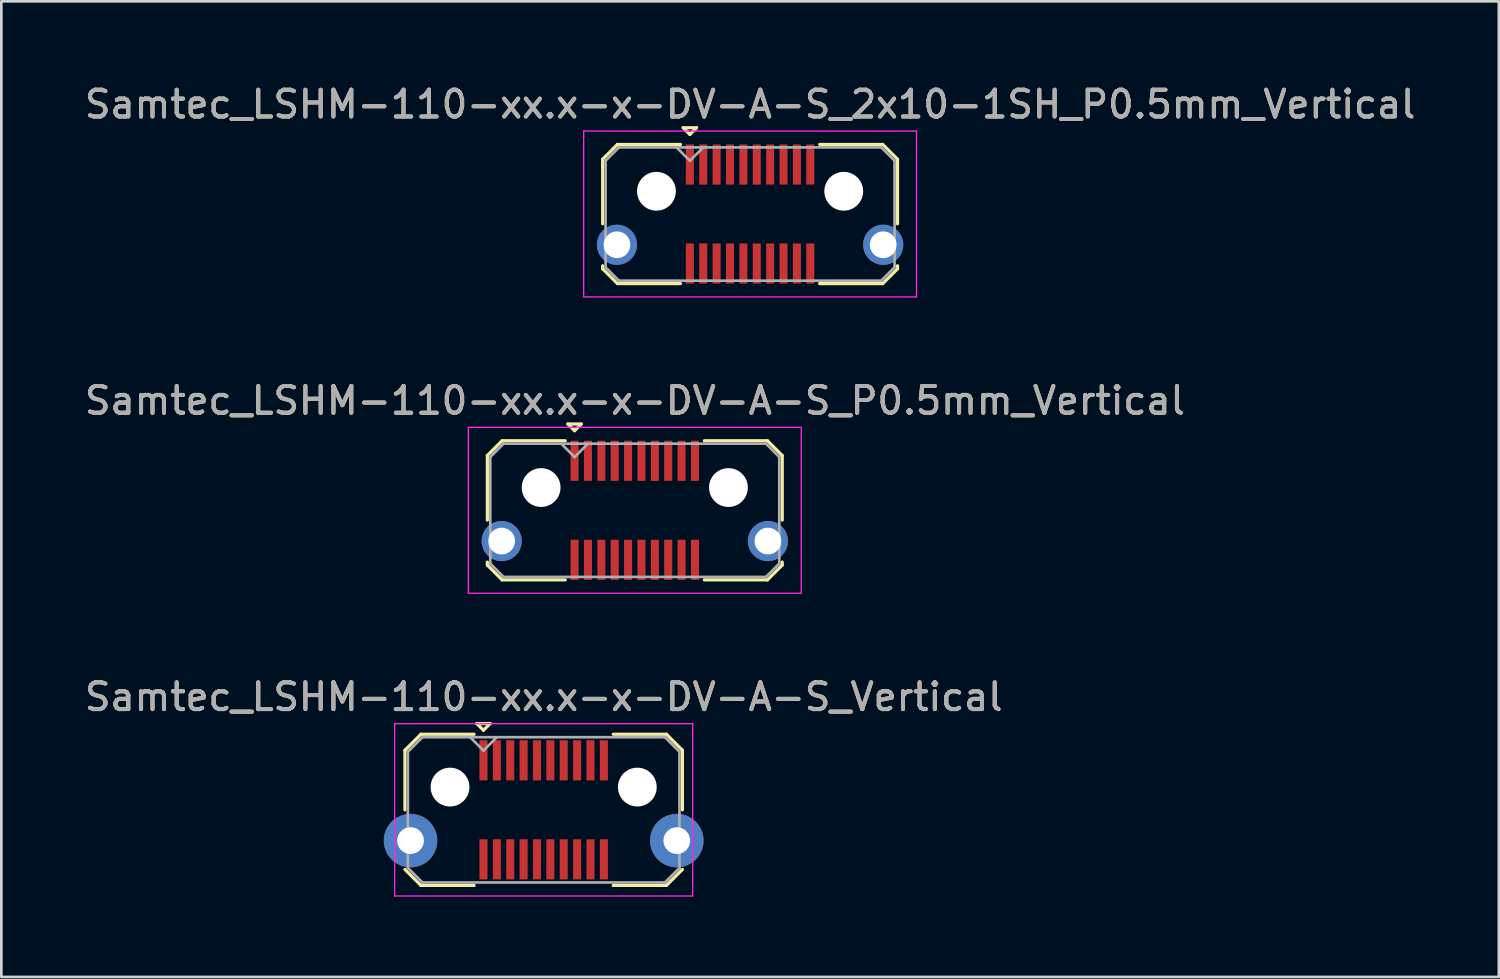
<source format=kicad_pcb>
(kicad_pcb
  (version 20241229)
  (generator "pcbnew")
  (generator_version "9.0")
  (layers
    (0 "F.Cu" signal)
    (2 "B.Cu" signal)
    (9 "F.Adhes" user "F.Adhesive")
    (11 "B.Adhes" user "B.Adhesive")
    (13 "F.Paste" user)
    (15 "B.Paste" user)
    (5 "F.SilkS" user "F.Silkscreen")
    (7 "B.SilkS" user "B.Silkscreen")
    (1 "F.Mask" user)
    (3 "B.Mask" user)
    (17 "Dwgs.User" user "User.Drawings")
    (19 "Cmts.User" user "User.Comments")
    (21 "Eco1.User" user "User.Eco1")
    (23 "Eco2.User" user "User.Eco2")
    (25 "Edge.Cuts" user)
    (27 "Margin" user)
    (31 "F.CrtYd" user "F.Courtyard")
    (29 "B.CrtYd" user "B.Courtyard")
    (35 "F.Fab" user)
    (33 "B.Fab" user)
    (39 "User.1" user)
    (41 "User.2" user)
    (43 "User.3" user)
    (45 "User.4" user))
  (footprint "Samtec_LSHM-110-xx.x-x-DV-A-S_2x10-1SH_P0.5mm_Vertical"
    (layer "F.Cu")
    (at 24.982 4.948)
    (property "Reference" "Samtec_LSHM-110-xx.x-x-DV-A-S_2x10-1SH_P0.5mm_Vertical" (at 0 -4.1 0) (layer "F.SilkS") (effects (font (size 1 1) (thickness 0.15))))
    (attr smd)
    (fp_line (start -5.51 -2.047) (end -5.51 0.365) (stroke (width 0.12) (type solid)) (layer "F.SilkS"))
    (fp_line (start -5.51 1.935) (end -5.51 2.047) (stroke (width 0.12) (type solid)) (layer "F.SilkS"))
    (fp_line (start -5.51 2.047) (end -4.957 2.6) (stroke (width 0.12) (type solid)) (layer "F.SilkS"))
    (fp_line (start -4.957 -2.6) (end -5.51 -2.047) (stroke (width 0.12) (type solid)) (layer "F.SilkS"))
    (fp_line (start -4.957 2.6) (end -2.6 2.6) (stroke (width 0.12) (type solid)) (layer "F.SilkS"))
    (fp_line (start -2.6 -2.6) (end -4.957 -2.6) (stroke (width 0.12) (type solid)) (layer "F.SilkS"))
    (fp_line (start -2.5 -3.225) (end -2 -3.225) (stroke (width 0.12) (type solid)) (layer "F.SilkS"))
    (fp_line (start -2.25 -2.975) (end -2.5 -3.225) (stroke (width 0.12) (type solid)) (layer "F.SilkS"))
    (fp_line (start -2 -3.225) (end -2.25 -2.975) (stroke (width 0.12) (type solid)) (layer "F.SilkS"))
    (fp_line (start 2.6 -2.6) (end 4.957 -2.6) (stroke (width 0.12) (type solid)) (layer "F.SilkS"))
    (fp_line (start 4.957 -2.6) (end 5.51 -2.047) (stroke (width 0.12) (type solid)) (layer "F.SilkS"))
    (fp_line (start 4.957 2.6) (end 2.6 2.6) (stroke (width 0.12) (type solid)) (layer "F.SilkS"))
    (fp_line (start 5.51 -2.047) (end 5.51 0.365) (stroke (width 0.12) (type solid)) (layer "F.SilkS"))
    (fp_line (start 5.51 1.935) (end 5.51 2.047) (stroke (width 0.12) (type solid)) (layer "F.SilkS"))
    (fp_line (start 5.51 2.047) (end 4.957 2.6) (stroke (width 0.12) (type solid)) (layer "F.SilkS"))
    (fp_line (start -6.22 -3.1) (end -6.22 3.1) (stroke (width 0.05) (type solid)) (layer "F.CrtYd"))
    (fp_line (start -6.22 3.1) (end 6.22 3.1) (stroke (width 0.05) (type solid)) (layer "F.CrtYd"))
    (fp_line (start 6.22 -3.1) (end -6.22 -3.1) (stroke (width 0.05) (type solid)) (layer "F.CrtYd"))
    (fp_line (start 6.22 3.1) (end 6.22 -3.1) (stroke (width 0.05) (type solid)) (layer "F.CrtYd"))
    (fp_line (start -5.4 -1.992) (end -5.4 1.992) (stroke (width 0.1) (type solid)) (layer "F.Fab"))
    (fp_line (start -5.4 1.992) (end -4.902 2.49) (stroke (width 0.1) (type solid)) (layer "F.Fab"))
    (fp_line (start -4.902 -2.49) (end -5.4 -1.992) (stroke (width 0.1) (type solid)) (layer "F.Fab"))
    (fp_line (start -4.902 2.49) (end 4.902 2.49) (stroke (width 0.1) (type solid)) (layer "F.Fab"))
    (fp_line (start -2.25 -1.99) (end -2.75 -2.49) (stroke (width 0.1) (type solid)) (layer "F.Fab"))
    (fp_line (start -1.75 -2.49) (end -2.25 -1.99) (stroke (width 0.1) (type solid)) (layer "F.Fab"))
    (fp_line (start 4.902 -2.49) (end -4.902 -2.49) (stroke (width 0.1) (type solid)) (layer "F.Fab"))
    (fp_line (start 4.902 2.49) (end 5.4 1.992) (stroke (width 0.1) (type solid)) (layer "F.Fab"))
    (fp_line (start 5.4 -1.992) (end 4.902 -2.49) (stroke (width 0.1) (type solid)) (layer "F.Fab"))
    (fp_line (start 5.4 1.992) (end 5.4 -1.992) (stroke (width 0.1) (type solid)) (layer "F.Fab"))
    (fp_text user "${REFERENCE}" (at 0 -4.1 0) (layer "F.Fab") (effects (font (size 1 1) (thickness 0.15))))
    (pad "" np_thru_hole circle (at -3.5 -0.85) (size 1.45 1.45) (drill 1.45) (layers "*.Cu" "*.Mask"))
    (pad "" np_thru_hole circle (at 3.5 -0.85) (size 1.45 1.45) (drill 1.45) (layers "*.Cu" "*.Mask"))
    (pad "1" smd rect (at -2.25 -1.85) (size 0.3 1.5) (layers "F.Cu" "F.Mask" "F.Paste"))
    (pad "2" smd rect (at -2.25 1.85) (size 0.3 1.5) (layers "F.Cu" "F.Mask" "F.Paste"))
    (pad "3" smd rect (at -1.75 -1.85) (size 0.3 1.5) (layers "F.Cu" "F.Mask" "F.Paste"))
    (pad "4" smd rect (at -1.75 1.85) (size 0.3 1.5) (layers "F.Cu" "F.Mask" "F.Paste"))
    (pad "5" smd rect (at -1.25 -1.85) (size 0.3 1.5) (layers "F.Cu" "F.Mask" "F.Paste"))
    (pad "6" smd rect (at -1.25 1.85) (size 0.3 1.5) (layers "F.Cu" "F.Mask" "F.Paste"))
    (pad "7" smd rect (at -0.75 -1.85) (size 0.3 1.5) (layers "F.Cu" "F.Mask" "F.Paste"))
    (pad "8" smd rect (at -0.75 1.85) (size 0.3 1.5) (layers "F.Cu" "F.Mask" "F.Paste"))
    (pad "9" smd rect (at -0.25 -1.85) (size 0.3 1.5) (layers "F.Cu" "F.Mask" "F.Paste"))
    (pad "10" smd rect (at -0.25 1.85) (size 0.3 1.5) (layers "F.Cu" "F.Mask" "F.Paste"))
    (pad "11" smd rect (at 0.25 -1.85) (size 0.3 1.5) (layers "F.Cu" "F.Mask" "F.Paste"))
    (pad "12" smd rect (at 0.25 1.85) (size 0.3 1.5) (layers "F.Cu" "F.Mask" "F.Paste"))
    (pad "13" smd rect (at 0.75 -1.85) (size 0.3 1.5) (layers "F.Cu" "F.Mask" "F.Paste"))
    (pad "14" smd rect (at 0.75 1.85) (size 0.3 1.5) (layers "F.Cu" "F.Mask" "F.Paste"))
    (pad "15" smd rect (at 1.25 -1.85) (size 0.3 1.5) (layers "F.Cu" "F.Mask" "F.Paste"))
    (pad "16" smd rect (at 1.25 1.85) (size 0.3 1.5) (layers "F.Cu" "F.Mask" "F.Paste"))
    (pad "17" smd rect (at 1.75 -1.85) (size 0.3 1.5) (layers "F.Cu" "F.Mask" "F.Paste"))
    (pad "18" smd rect (at 1.75 1.85) (size 0.3 1.5) (layers "F.Cu" "F.Mask" "F.Paste"))
    (pad "19" smd rect (at 2.25 -1.85) (size 0.3 1.5) (layers "F.Cu" "F.Mask" "F.Paste"))
    (pad "20" smd rect (at 2.25 1.85) (size 0.3 1.5) (layers "F.Cu" "F.Mask" "F.Paste"))
    (pad "SH" thru_hole circle (at -4.975 1.15) (size 1.5 1.5) (drill 1) (layers "*.Cu" "*.Mask"))
    (pad "SH" thru_hole circle (at 4.975 1.15) (size 1.5 1.5) (drill 1) (layers "*.Cu" "*.Mask")))
  (footprint "Samtec_LSHM-110-xx.x-x-DV-A-S_P0.5mm_Vertical"
    (layer "F.Cu")
    (at 20.673 16.021)
    (property "Reference" "Samtec_LSHM-110-xx.x-x-DV-A-S_P0.5mm_Vertical" (at 0 -4.1 0) (layer "F.SilkS") (effects (font (size 1 1) (thickness 0.15))))
    (attr smd)
    (fp_line (start -5.51 -2.047) (end -5.51 0.365) (stroke (width 0.12) (type solid)) (layer "F.SilkS"))
    (fp_line (start -5.51 1.935) (end -5.51 2.047) (stroke (width 0.12) (type solid)) (layer "F.SilkS"))
    (fp_line (start -5.51 2.047) (end -4.957 2.6) (stroke (width 0.12) (type solid)) (layer "F.SilkS"))
    (fp_line (start -4.957 -2.6) (end -5.51 -2.047) (stroke (width 0.12) (type solid)) (layer "F.SilkS"))
    (fp_line (start -4.957 2.6) (end -2.6 2.6) (stroke (width 0.12) (type solid)) (layer "F.SilkS"))
    (fp_line (start -2.6 -2.6) (end -4.957 -2.6) (stroke (width 0.12) (type solid)) (layer "F.SilkS"))
    (fp_line (start -2.5 -3.225) (end -2 -3.225) (stroke (width 0.12) (type solid)) (layer "F.SilkS"))
    (fp_line (start -2.25 -2.975) (end -2.5 -3.225) (stroke (width 0.12) (type solid)) (layer "F.SilkS"))
    (fp_line (start -2 -3.225) (end -2.25 -2.975) (stroke (width 0.12) (type solid)) (layer "F.SilkS"))
    (fp_line (start 2.6 -2.6) (end 4.957 -2.6) (stroke (width 0.12) (type solid)) (layer "F.SilkS"))
    (fp_line (start 4.957 -2.6) (end 5.51 -2.047) (stroke (width 0.12) (type solid)) (layer "F.SilkS"))
    (fp_line (start 4.957 2.6) (end 2.6 2.6) (stroke (width 0.12) (type solid)) (layer "F.SilkS"))
    (fp_line (start 5.51 -2.047) (end 5.51 0.365) (stroke (width 0.12) (type solid)) (layer "F.SilkS"))
    (fp_line (start 5.51 1.935) (end 5.51 2.047) (stroke (width 0.12) (type solid)) (layer "F.SilkS"))
    (fp_line (start 5.51 2.047) (end 4.957 2.6) (stroke (width 0.12) (type solid)) (layer "F.SilkS"))
    (fp_line (start -6.22 -3.1) (end -6.22 3.1) (stroke (width 0.05) (type solid)) (layer "F.CrtYd"))
    (fp_line (start -6.22 3.1) (end 6.22 3.1) (stroke (width 0.05) (type solid)) (layer "F.CrtYd"))
    (fp_line (start 6.22 -3.1) (end -6.22 -3.1) (stroke (width 0.05) (type solid)) (layer "F.CrtYd"))
    (fp_line (start 6.22 3.1) (end 6.22 -3.1) (stroke (width 0.05) (type solid)) (layer "F.CrtYd"))
    (fp_line (start -5.4 -1.992) (end -5.4 1.992) (stroke (width 0.1) (type solid)) (layer "F.Fab"))
    (fp_line (start -5.4 1.992) (end -4.902 2.49) (stroke (width 0.1) (type solid)) (layer "F.Fab"))
    (fp_line (start -4.902 -2.49) (end -5.4 -1.992) (stroke (width 0.1) (type solid)) (layer "F.Fab"))
    (fp_line (start -4.902 2.49) (end 4.902 2.49) (stroke (width 0.1) (type solid)) (layer "F.Fab"))
    (fp_line (start -2.25 -1.99) (end -2.75 -2.49) (stroke (width 0.1) (type solid)) (layer "F.Fab"))
    (fp_line (start -1.75 -2.49) (end -2.25 -1.99) (stroke (width 0.1) (type solid)) (layer "F.Fab"))
    (fp_line (start 4.902 -2.49) (end -4.902 -2.49) (stroke (width 0.1) (type solid)) (layer "F.Fab"))
    (fp_line (start 4.902 2.49) (end 5.4 1.992) (stroke (width 0.1) (type solid)) (layer "F.Fab"))
    (fp_line (start 5.4 -1.992) (end 4.902 -2.49) (stroke (width 0.1) (type solid)) (layer "F.Fab"))
    (fp_line (start 5.4 1.992) (end 5.4 -1.992) (stroke (width 0.1) (type solid)) (layer "F.Fab"))
    (fp_text user "${REFERENCE}" (at 0 -4.1 0) (layer "F.Fab") (effects (font (size 1 1) (thickness 0.15))))
    (pad "" np_thru_hole circle (at -3.5 -0.85) (size 1.45 1.45) (drill 1.45) (layers "*.Cu" "*.Mask"))
    (pad "" np_thru_hole circle (at 3.5 -0.85) (size 1.45 1.45) (drill 1.45) (layers "*.Cu" "*.Mask"))
    (pad "1" smd rect (at -2.25 -1.85) (size 0.3 1.5) (layers "F.Cu" "F.Mask" "F.Paste"))
    (pad "2" smd rect (at -2.25 1.85) (size 0.3 1.5) (layers "F.Cu" "F.Mask" "F.Paste"))
    (pad "3" smd rect (at -1.75 -1.85) (size 0.3 1.5) (layers "F.Cu" "F.Mask" "F.Paste"))
    (pad "4" smd rect (at -1.75 1.85) (size 0.3 1.5) (layers "F.Cu" "F.Mask" "F.Paste"))
    (pad "5" smd rect (at -1.25 -1.85) (size 0.3 1.5) (layers "F.Cu" "F.Mask" "F.Paste"))
    (pad "6" smd rect (at -1.25 1.85) (size 0.3 1.5) (layers "F.Cu" "F.Mask" "F.Paste"))
    (pad "7" smd rect (at -0.75 -1.85) (size 0.3 1.5) (layers "F.Cu" "F.Mask" "F.Paste"))
    (pad "8" smd rect (at -0.75 1.85) (size 0.3 1.5) (layers "F.Cu" "F.Mask" "F.Paste"))
    (pad "9" smd rect (at -0.25 -1.85) (size 0.3 1.5) (layers "F.Cu" "F.Mask" "F.Paste"))
    (pad "10" smd rect (at -0.25 1.85) (size 0.3 1.5) (layers "F.Cu" "F.Mask" "F.Paste"))
    (pad "11" smd rect (at 0.25 -1.85) (size 0.3 1.5) (layers "F.Cu" "F.Mask" "F.Paste"))
    (pad "12" smd rect (at 0.25 1.85) (size 0.3 1.5) (layers "F.Cu" "F.Mask" "F.Paste"))
    (pad "13" smd rect (at 0.75 -1.85) (size 0.3 1.5) (layers "F.Cu" "F.Mask" "F.Paste"))
    (pad "14" smd rect (at 0.75 1.85) (size 0.3 1.5) (layers "F.Cu" "F.Mask" "F.Paste"))
    (pad "15" smd rect (at 1.25 -1.85) (size 0.3 1.5) (layers "F.Cu" "F.Mask" "F.Paste"))
    (pad "16" smd rect (at 1.25 1.85) (size 0.3 1.5) (layers "F.Cu" "F.Mask" "F.Paste"))
    (pad "17" smd rect (at 1.75 -1.85) (size 0.3 1.5) (layers "F.Cu" "F.Mask" "F.Paste"))
    (pad "18" smd rect (at 1.75 1.85) (size 0.3 1.5) (layers "F.Cu" "F.Mask" "F.Paste"))
    (pad "19" smd rect (at 2.25 -1.85) (size 0.3 1.5) (layers "F.Cu" "F.Mask" "F.Paste"))
    (pad "20" smd rect (at 2.25 1.85) (size 0.3 1.5) (layers "F.Cu" "F.Mask" "F.Paste"))
    (pad "SH" thru_hole circle (at -4.975 1.15) (size 1.5 1.5) (drill 1) (layers "*.Cu" "*.Mask"))
    (pad "SH" thru_hole circle (at 4.975 1.15) (size 1.5 1.5) (drill 1) (layers "*.Cu" "*.Mask")))
  (footprint "Samtec_LSHM-110-xx.x-x-DV-A-S_Vertical"
    (layer "F.Cu")
    (at 17.268 27.215)
    (property "Reference" "Samtec_LSHM-110-xx.x-x-DV-A-S_Vertical" (at 0 -4.22 0) (layer "F.SilkS") (effects (font (size 1 1) (thickness 0.15))))
    (attr smd)
    (fp_line (start -5.185 -2.227) (end -5.185 0) (stroke (width 0.12) (type solid)) (layer "F.SilkS"))
    (fp_line (start -5.185 2.227) (end -4.587 2.825) (stroke (width 0.12) (type solid)) (layer "F.SilkS"))
    (fp_line (start -4.587 -2.825) (end -5.185 -2.227) (stroke (width 0.12) (type solid)) (layer "F.SilkS"))
    (fp_line (start -4.587 2.825) (end -2.6 2.825) (stroke (width 0.12) (type solid)) (layer "F.SilkS"))
    (fp_line (start -2.6 -2.825) (end -4.587 -2.825) (stroke (width 0.12) (type solid)) (layer "F.SilkS"))
    (fp_line (start -2.5 -3.225) (end -2 -3.225) (stroke (width 0.12) (type solid)) (layer "F.SilkS"))
    (fp_line (start -2.25 -2.975) (end -2.5 -3.225) (stroke (width 0.12) (type solid)) (layer "F.SilkS"))
    (fp_line (start -2 -3.225) (end -2.25 -2.975) (stroke (width 0.12) (type solid)) (layer "F.SilkS"))
    (fp_line (start 2.6 -2.825) (end 4.587 -2.825) (stroke (width 0.12) (type solid)) (layer "F.SilkS"))
    (fp_line (start 4.587 -2.825) (end 5.185 -2.227) (stroke (width 0.12) (type solid)) (layer "F.SilkS"))
    (fp_line (start 4.587 2.825) (end 2.6 2.825) (stroke (width 0.12) (type solid)) (layer "F.SilkS"))
    (fp_line (start 5.185 -2.227) (end 5.185 0) (stroke (width 0.12) (type solid)) (layer "F.SilkS"))
    (fp_line (start 5.185 2.227) (end 4.587 2.825) (stroke (width 0.12) (type solid)) (layer "F.SilkS"))
    (fp_line (start -5.57 -3.22) (end -5.57 3.22) (stroke (width 0.05) (type solid)) (layer "F.CrtYd"))
    (fp_line (start -5.57 3.22) (end 5.57 3.22) (stroke (width 0.05) (type solid)) (layer "F.CrtYd"))
    (fp_line (start 5.57 -3.22) (end -5.57 -3.22) (stroke (width 0.05) (type solid)) (layer "F.CrtYd"))
    (fp_line (start 5.57 3.22) (end 5.57 -3.22) (stroke (width 0.05) (type solid)) (layer "F.CrtYd"))
    (fp_line (start -5.075 -2.172) (end -5.075 2.172) (stroke (width 0.1) (type solid)) (layer "F.Fab"))
    (fp_line (start -5.075 2.172) (end -4.532 2.715) (stroke (width 0.1) (type solid)) (layer "F.Fab"))
    (fp_line (start -4.532 -2.715) (end -5.075 -2.172) (stroke (width 0.1) (type solid)) (layer "F.Fab"))
    (fp_line (start -4.532 2.715) (end 4.532 2.715) (stroke (width 0.1) (type solid)) (layer "F.Fab"))
    (fp_line (start -2.25 -2.215) (end -2.75 -2.715) (stroke (width 0.1) (type solid)) (layer "F.Fab"))
    (fp_line (start -1.75 -2.715) (end -2.25 -2.215) (stroke (width 0.1) (type solid)) (layer "F.Fab"))
    (fp_line (start 4.532 -2.715) (end -4.532 -2.715) (stroke (width 0.1) (type solid)) (layer "F.Fab"))
    (fp_line (start 4.532 2.715) (end 5.075 2.172) (stroke (width 0.1) (type solid)) (layer "F.Fab"))
    (fp_line (start 5.075 -2.172) (end 4.532 -2.715) (stroke (width 0.1) (type solid)) (layer "F.Fab"))
    (fp_line (start 5.075 2.172) (end 5.075 -2.172) (stroke (width 0.1) (type solid)) (layer "F.Fab"))
    (fp_text user "${REFERENCE}" (at 0 -4.22 0) (layer "F.Fab") (effects (font (size 1 1) (thickness 0.15))))
    (pad "" np_thru_hole circle (at -3.5 -0.85) (size 1.45 1.45) (drill 1.45) (layers "*.Cu" "*.Mask"))
    (pad "" np_thru_hole circle (at 3.5 -0.85) (size 1.45 1.45) (drill 1.45) (layers "*.Cu" "*.Mask"))
    (pad "1" smd rect (at -2.25 -1.85) (size 0.3 1.5) (layers "F.Cu" "F.Mask" "F.Paste"))
    (pad "2" smd rect (at -2.25 1.85) (size 0.3 1.5) (layers "F.Cu" "F.Mask" "F.Paste"))
    (pad "3" smd rect (at -1.75 -1.85) (size 0.3 1.5) (layers "F.Cu" "F.Mask" "F.Paste"))
    (pad "4" smd rect (at -1.75 1.85) (size 0.3 1.5) (layers "F.Cu" "F.Mask" "F.Paste"))
    (pad "5" smd rect (at -1.25 -1.85) (size 0.3 1.5) (layers "F.Cu" "F.Mask" "F.Paste"))
    (pad "6" smd rect (at -1.25 1.85) (size 0.3 1.5) (layers "F.Cu" "F.Mask" "F.Paste"))
    (pad "7" smd rect (at -0.75 -1.85) (size 0.3 1.5) (layers "F.Cu" "F.Mask" "F.Paste"))
    (pad "8" smd rect (at -0.75 1.85) (size 0.3 1.5) (layers "F.Cu" "F.Mask" "F.Paste"))
    (pad "9" smd rect (at -0.25 -1.85) (size 0.3 1.5) (layers "F.Cu" "F.Mask" "F.Paste"))
    (pad "10" smd rect (at -0.25 1.85) (size 0.3 1.5) (layers "F.Cu" "F.Mask" "F.Paste"))
    (pad "11" smd rect (at 0.25 -1.85) (size 0.3 1.5) (layers "F.Cu" "F.Mask" "F.Paste"))
    (pad "12" smd rect (at 0.25 1.85) (size 0.3 1.5) (layers "F.Cu" "F.Mask" "F.Paste"))
    (pad "13" smd rect (at 0.75 -1.85) (size 0.3 1.5) (layers "F.Cu" "F.Mask" "F.Paste"))
    (pad "14" smd rect (at 0.75 1.85) (size 0.3 1.5) (layers "F.Cu" "F.Mask" "F.Paste"))
    (pad "15" smd rect (at 1.25 -1.85) (size 0.3 1.5) (layers "F.Cu" "F.Mask" "F.Paste"))
    (pad "16" smd rect (at 1.25 1.85) (size 0.3 1.5) (layers "F.Cu" "F.Mask" "F.Paste"))
    (pad "17" smd rect (at 1.75 -1.85) (size 0.3 1.5) (layers "F.Cu" "F.Mask" "F.Paste"))
    (pad "18" smd rect (at 1.75 1.85) (size 0.3 1.5) (layers "F.Cu" "F.Mask" "F.Paste"))
    (pad "19" smd rect (at 2.25 -1.85) (size 0.3 1.5) (layers "F.Cu" "F.Mask" "F.Paste"))
    (pad "20" smd rect (at 2.25 1.85) (size 0.3 1.5) (layers "F.Cu" "F.Mask" "F.Paste"))
    (pad "SH" thru_hole circle (at -4.975 1.15) (size 2 2) (drill 1) (layers "*.Cu" "*.Mask"))
    (pad "SH" thru_hole circle (at 4.975 1.15) (size 2 2) (drill 1) (layers "*.Cu" "*.Mask")))
  (gr_rect
    (start -3 -3)
    (end 52.964 33.46)
    (stroke (width 0.1) (type default))
    (fill no)
    (layer "Edge.Cuts")))
</source>
